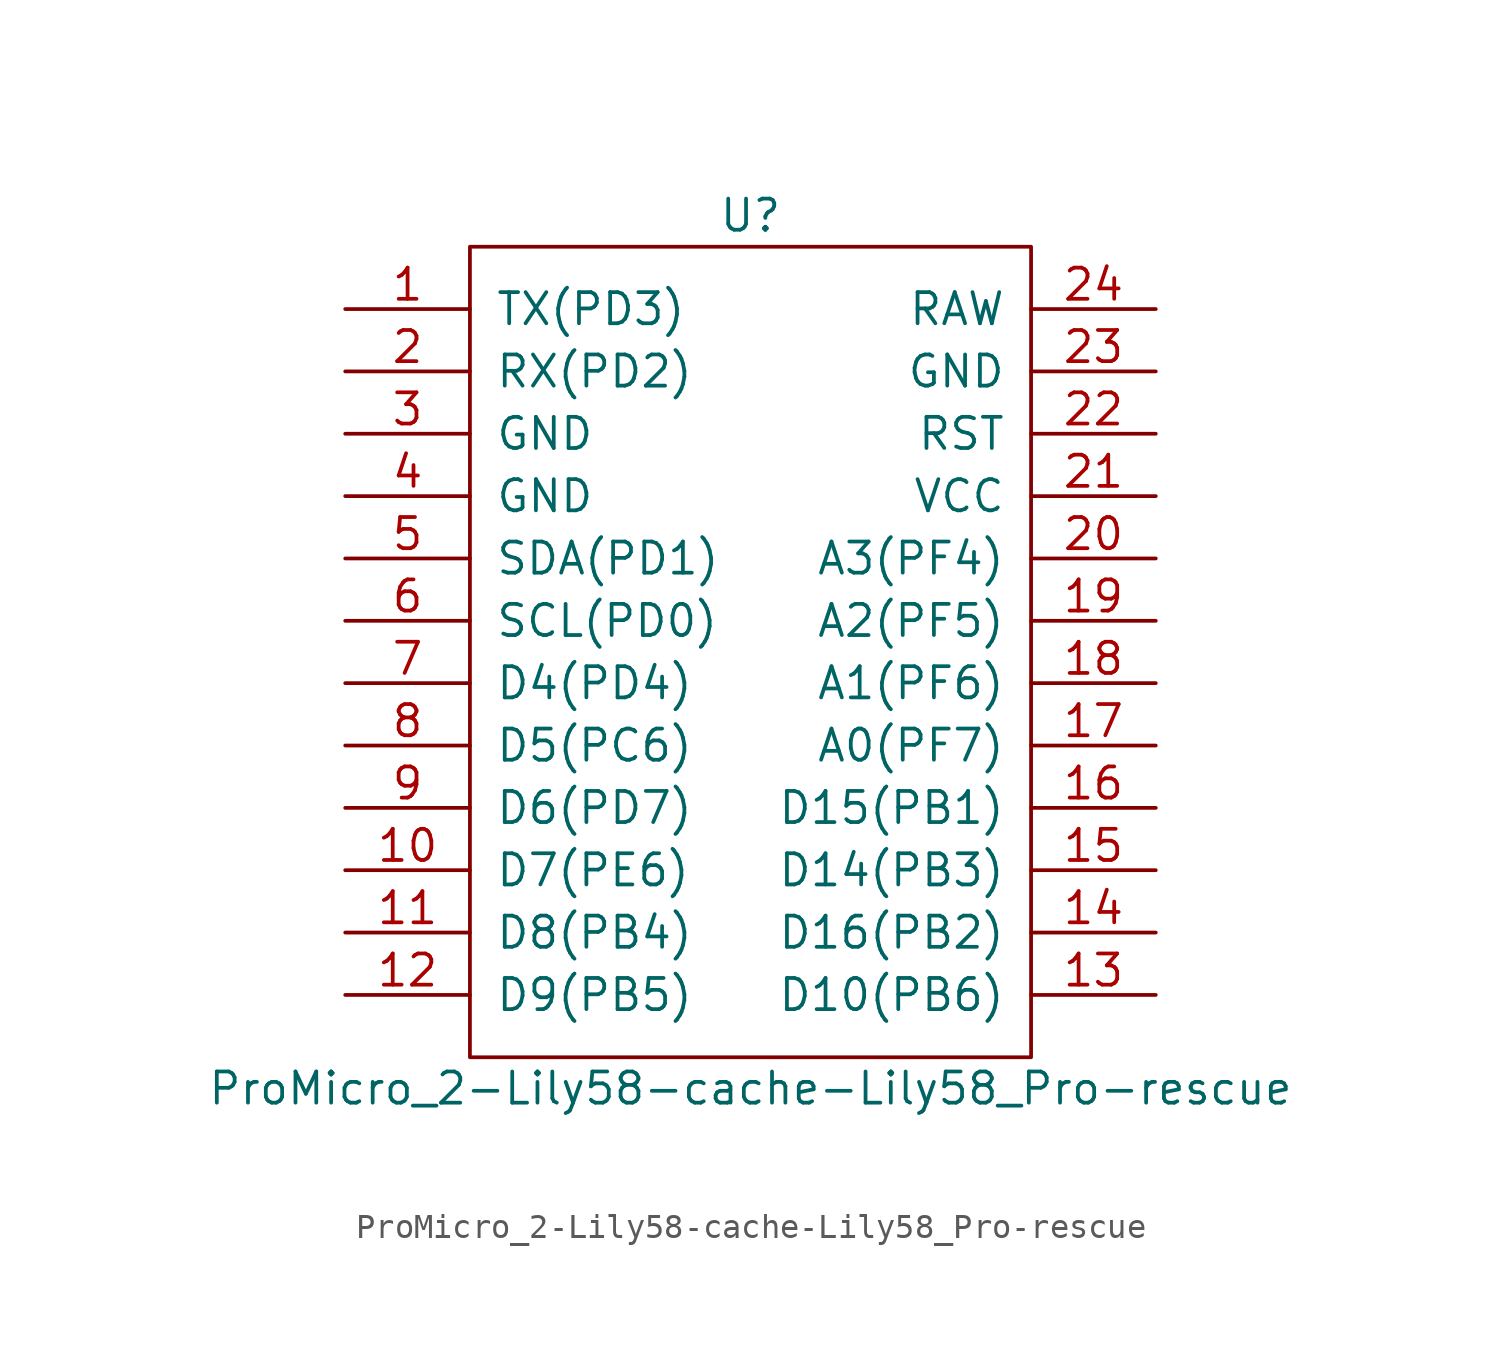
<source format=kicad_sym>
(kicad_symbol_lib
  (version 20211014)
  (generator kicad_symbol_editor)
  (symbol "ProMicro_2-Lily58-cache-Lily58_Pro-rescue"
    (pin_names
      (offset 1.016))
    (property "Reference" "U"
      (at 0 17.78 0)
      (effects (font (size 1.27 1.27))))
    (property "Value" "ProMicro_2-Lily58-cache-Lily58_Pro-rescue"
      (at 0 -17.78 0)
      (effects (font (size 1.27 1.27))))
    (symbol "ProMicro_2-Lily58-cache-Lily58_Pro-rescue_0_1"
      (rectangle (start -11.43 16.51) (end 11.43 -16.51) (stroke (width 0) (type default) (color 0 0 0 0)) (fill (type none))))
    (symbol "ProMicro_2-Lily58-cache-Lily58_Pro-rescue_1_1"
      (pin bidirectional line (at -16.51 13.97 0) (length 5.08) (name "TX(PD3)" (effects (font (size 1.27 1.27)))) (number "1" (effects (font (size 1.27 1.27)))))
      (pin input line (at -16.51 -8.89 0) (length 5.08) (name "D7(PE6)" (effects (font (size 1.27 1.27)))) (number "10" (effects (font (size 1.27 1.27)))))
      (pin input line (at -16.51 -11.43 0) (length 5.08) (name "D8(PB4)" (effects (font (size 1.27 1.27)))) (number "11" (effects (font (size 1.27 1.27)))))
      (pin input line (at -16.51 -13.97 0) (length 5.08) (name "D9(PB5)" (effects (font (size 1.27 1.27)))) (number "12" (effects (font (size 1.27 1.27)))))
      (pin input line (at 16.51 -13.97 180) (length 5.08) (name "D10(PB6)" (effects (font (size 1.27 1.27)))) (number "13" (effects (font (size 1.27 1.27)))))
      (pin input line (at 16.51 -11.43 180) (length 5.08) (name "D16(PB2)" (effects (font (size 1.27 1.27)))) (number "14" (effects (font (size 1.27 1.27)))))
      (pin input line (at 16.51 -8.89 180) (length 5.08) (name "D14(PB3)" (effects (font (size 1.27 1.27)))) (number "15" (effects (font (size 1.27 1.27)))))
      (pin input line (at 16.51 -6.35 180) (length 5.08) (name "D15(PB1)" (effects (font (size 1.27 1.27)))) (number "16" (effects (font (size 1.27 1.27)))))
      (pin input line (at 16.51 -3.81 180) (length 5.08) (name "A0(PF7)" (effects (font (size 1.27 1.27)))) (number "17" (effects (font (size 1.27 1.27)))))
      (pin input line (at 16.51 -1.27 180) (length 5.08) (name "A1(PF6)" (effects (font (size 1.27 1.27)))) (number "18" (effects (font (size 1.27 1.27)))))
      (pin input line (at 16.51 1.27 180) (length 5.08) (name "A2(PF5)" (effects (font (size 1.27 1.27)))) (number "19" (effects (font (size 1.27 1.27)))))
      (pin input line (at -16.51 11.43 0) (length 5.08) (name "RX(PD2)" (effects (font (size 1.27 1.27)))) (number "2" (effects (font (size 1.27 1.27)))))
      (pin input line (at 16.51 3.81 180) (length 5.08) (name "A3(PF4)" (effects (font (size 1.27 1.27)))) (number "20" (effects (font (size 1.27 1.27)))))
      (pin input line (at 16.51 6.35 180) (length 5.08) (name "VCC" (effects (font (size 1.27 1.27)))) (number "21" (effects (font (size 1.27 1.27)))))
      (pin input line (at 16.51 8.89 180) (length 5.08) (name "RST" (effects (font (size 1.27 1.27)))) (number "22" (effects (font (size 1.27 1.27)))))
      (pin input line (at 16.51 11.43 180) (length 5.08) (name "GND" (effects (font (size 1.27 1.27)))) (number "23" (effects (font (size 1.27 1.27)))))
      (pin input line (at 16.51 13.97 180) (length 5.08) (name "RAW" (effects (font (size 1.27 1.27)))) (number "24" (effects (font (size 1.27 1.27)))))
      (pin input line (at -16.51 8.89 0) (length 5.08) (name "GND" (effects (font (size 1.27 1.27)))) (number "3" (effects (font (size 1.27 1.27)))))
      (pin input line (at -16.51 6.35 0) (length 5.08) (name "GND" (effects (font (size 1.27 1.27)))) (number "4" (effects (font (size 1.27 1.27)))))
      (pin input line (at -16.51 3.81 0) (length 5.08) (name "SDA(PD1)" (effects (font (size 1.27 1.27)))) (number "5" (effects (font (size 1.27 1.27)))))
      (pin input line (at -16.51 1.27 0) (length 5.08) (name "SCL(PD0)" (effects (font (size 1.27 1.27)))) (number "6" (effects (font (size 1.27 1.27)))))
      (pin input line (at -16.51 -1.27 0) (length 5.08) (name "D4(PD4)" (effects (font (size 1.27 1.27)))) (number "7" (effects (font (size 1.27 1.27)))))
      (pin input line (at -16.51 -3.81 0) (length 5.08) (name "D5(PC6)" (effects (font (size 1.27 1.27)))) (number "8" (effects (font (size 1.27 1.27)))))
      (pin input line (at -16.51 -6.35 0) (length 5.08) (name "D6(PD7)" (effects (font (size 1.27 1.27)))) (number "9" (effects (font (size 1.27 1.27))))))))
</source>
